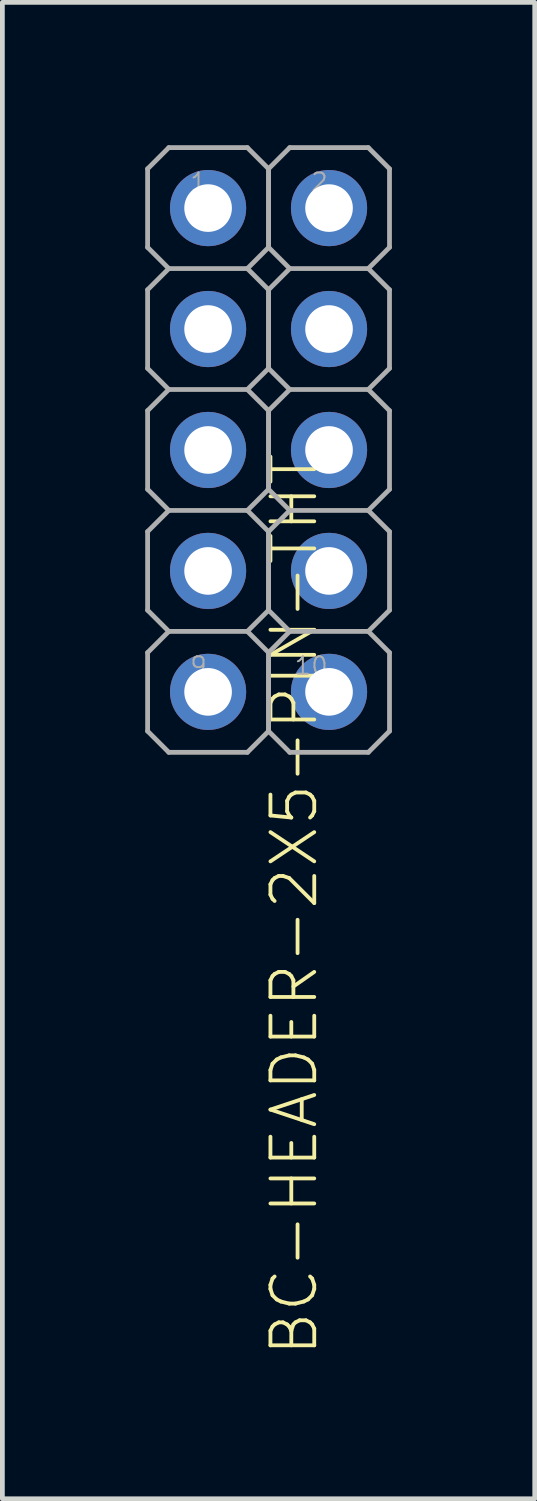
<source format=kicad_pcb>
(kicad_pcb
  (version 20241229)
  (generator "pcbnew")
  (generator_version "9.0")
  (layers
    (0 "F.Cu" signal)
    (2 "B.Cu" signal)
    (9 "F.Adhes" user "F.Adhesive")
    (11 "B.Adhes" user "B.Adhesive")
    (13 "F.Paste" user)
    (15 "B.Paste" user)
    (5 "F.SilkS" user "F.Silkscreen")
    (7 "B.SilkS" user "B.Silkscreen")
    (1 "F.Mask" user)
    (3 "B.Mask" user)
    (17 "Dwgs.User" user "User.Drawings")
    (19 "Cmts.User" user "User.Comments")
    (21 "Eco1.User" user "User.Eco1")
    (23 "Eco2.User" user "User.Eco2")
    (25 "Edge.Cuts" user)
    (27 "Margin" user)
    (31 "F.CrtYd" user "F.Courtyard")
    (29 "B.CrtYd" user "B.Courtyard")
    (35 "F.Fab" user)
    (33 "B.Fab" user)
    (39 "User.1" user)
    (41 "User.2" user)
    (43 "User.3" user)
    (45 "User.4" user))
  (footprint "BC-HEADER-2X5-PIN-THT"
    (layer "F.Cu")
    (at 2.59 6.4)
    (property "Reference" "BC-HEADER-2X5-PIN-THT" (at 0 0 90) (unlocked yes) (layer "F.SilkS") (effects (font (size 0.92 0.92) (thickness 0.08)) (justify right top)))
    (fp_line (start -2.54 -5.905) (end -2.54 -4.255) (stroke (width 0.1) (type solid)) (layer "F.Fab"))
    (fp_line (start -2.54 -4.255) (end -2.095 -3.81) (stroke (width 0.1) (type solid)) (layer "F.Fab"))
    (fp_line (start -2.54 -3.365) (end -2.54 -1.714) (stroke (width 0.1) (type solid)) (layer "F.Fab"))
    (fp_line (start -2.54 -1.714) (end -2.095 -1.27) (stroke (width 0.1) (type solid)) (layer "F.Fab"))
    (fp_line (start -2.54 -0.826) (end -2.54 0.826) (stroke (width 0.1) (type solid)) (layer "F.Fab"))
    (fp_line (start -2.54 0.826) (end -2.095 1.27) (stroke (width 0.1) (type solid)) (layer "F.Fab"))
    (fp_line (start -2.54 1.714) (end -2.54 3.365) (stroke (width 0.1) (type solid)) (layer "F.Fab"))
    (fp_line (start -2.54 3.365) (end -2.095 3.81) (stroke (width 0.1) (type solid)) (layer "F.Fab"))
    (fp_line (start -2.54 4.255) (end -2.54 5.905) (stroke (width 0.1) (type solid)) (layer "F.Fab"))
    (fp_line (start -2.54 5.905) (end -2.095 6.35) (stroke (width 0.1) (type solid)) (layer "F.Fab"))
    (fp_line (start -2.095 -6.35) (end -2.54 -5.905) (stroke (width 0.1) (type solid)) (layer "F.Fab"))
    (fp_line (start -2.095 -6.35) (end -0.445 -6.35) (stroke (width 0.1) (type solid)) (layer "F.Fab"))
    (fp_line (start -2.095 -3.81) (end -2.54 -3.365) (stroke (width 0.1) (type solid)) (layer "F.Fab"))
    (fp_line (start -2.095 -3.81) (end -0.445 -3.81) (stroke (width 0.1) (type solid)) (layer "F.Fab"))
    (fp_line (start -2.095 -1.27) (end -2.54 -0.826) (stroke (width 0.1) (type solid)) (layer "F.Fab"))
    (fp_line (start -2.095 -1.27) (end -0.445 -1.27) (stroke (width 0.1) (type solid)) (layer "F.Fab"))
    (fp_line (start -2.095 1.27) (end -2.54 1.714) (stroke (width 0.1) (type solid)) (layer "F.Fab"))
    (fp_line (start -2.095 1.27) (end -0.445 1.27) (stroke (width 0.1) (type solid)) (layer "F.Fab"))
    (fp_line (start -2.095 3.81) (end -2.54 4.255) (stroke (width 0.1) (type solid)) (layer "F.Fab"))
    (fp_line (start -2.095 3.81) (end -0.445 3.81) (stroke (width 0.1) (type solid)) (layer "F.Fab"))
    (fp_line (start -2.095 6.35) (end -0.445 6.35) (stroke (width 0.1) (type solid)) (layer "F.Fab"))
    (fp_line (start -1.58 -5.39) (end -1.58 -4.77) (stroke (width 0.1) (type solid)) (layer "F.Fab"))
    (fp_line (start -1.58 -4.77) (end -0.96 -4.77) (stroke (width 0.1) (type solid)) (layer "F.Fab"))
    (fp_line (start -1.58 -2.85) (end -1.58 -2.23) (stroke (width 0.1) (type solid)) (layer "F.Fab"))
    (fp_line (start -1.58 -2.23) (end -0.96 -2.23) (stroke (width 0.1) (type solid)) (layer "F.Fab"))
    (fp_line (start -1.58 -0.31) (end -1.58 0.31) (stroke (width 0.1) (type solid)) (layer "F.Fab"))
    (fp_line (start -1.58 0.31) (end -0.96 0.31) (stroke (width 0.1) (type solid)) (layer "F.Fab"))
    (fp_line (start -1.58 2.23) (end -1.58 2.85) (stroke (width 0.1) (type solid)) (layer "F.Fab"))
    (fp_line (start -1.58 2.85) (end -0.96 2.85) (stroke (width 0.1) (type solid)) (layer "F.Fab"))
    (fp_line (start -1.58 4.77) (end -1.58 5.39) (stroke (width 0.1) (type solid)) (layer "F.Fab"))
    (fp_line (start -1.58 5.39) (end -0.96 5.39) (stroke (width 0.1) (type solid)) (layer "F.Fab"))
    (fp_line (start -0.96 -5.39) (end -1.58 -5.39) (stroke (width 0.1) (type solid)) (layer "F.Fab"))
    (fp_line (start -0.96 -4.77) (end -0.96 -5.39) (stroke (width 0.1) (type solid)) (layer "F.Fab"))
    (fp_line (start -0.96 -2.85) (end -1.58 -2.85) (stroke (width 0.1) (type solid)) (layer "F.Fab"))
    (fp_line (start -0.96 -2.23) (end -0.96 -2.85) (stroke (width 0.1) (type solid)) (layer "F.Fab"))
    (fp_line (start -0.96 -0.31) (end -1.58 -0.31) (stroke (width 0.1) (type solid)) (layer "F.Fab"))
    (fp_line (start -0.96 0.31) (end -0.96 -0.31) (stroke (width 0.1) (type solid)) (layer "F.Fab"))
    (fp_line (start -0.96 2.23) (end -1.58 2.23) (stroke (width 0.1) (type solid)) (layer "F.Fab"))
    (fp_line (start -0.96 2.85) (end -0.96 2.23) (stroke (width 0.1) (type solid)) (layer "F.Fab"))
    (fp_line (start -0.96 4.77) (end -1.58 4.77) (stroke (width 0.1) (type solid)) (layer "F.Fab"))
    (fp_line (start -0.96 5.39) (end -0.96 4.77) (stroke (width 0.1) (type solid)) (layer "F.Fab"))
    (fp_line (start -0.445 -3.81) (end 0 -4.255) (stroke (width 0.1) (type solid)) (layer "F.Fab"))
    (fp_line (start -0.445 -1.27) (end 0 -1.714) (stroke (width 0.1) (type solid)) (layer "F.Fab"))
    (fp_line (start -0.445 1.27) (end 0 0.826) (stroke (width 0.1) (type solid)) (layer "F.Fab"))
    (fp_line (start -0.445 3.81) (end 0 3.365) (stroke (width 0.1) (type solid)) (layer "F.Fab"))
    (fp_line (start -0.445 6.35) (end 0 5.905) (stroke (width 0.1) (type solid)) (layer "F.Fab"))
    (fp_line (start 0 -5.905) (end -0.445 -6.35) (stroke (width 0.1) (type solid)) (layer "F.Fab"))
    (fp_line (start 0 -5.905) (end 0 -4.255) (stroke (width 0.1) (type solid)) (layer "F.Fab"))
    (fp_line (start 0 -4.255) (end 0 -5.905) (stroke (width 0.1) (type solid)) (layer "F.Fab"))
    (fp_line (start 0 -4.255) (end 0.445 -3.81) (stroke (width 0.1) (type solid)) (layer "F.Fab"))
    (fp_line (start 0 -3.365) (end -0.445 -3.81) (stroke (width 0.1) (type solid)) (layer "F.Fab"))
    (fp_line (start 0 -3.365) (end 0 -1.714) (stroke (width 0.1) (type solid)) (layer "F.Fab"))
    (fp_line (start 0 -1.714) (end 0 -3.365) (stroke (width 0.1) (type solid)) (layer "F.Fab"))
    (fp_line (start 0 -1.714) (end 0.445 -1.27) (stroke (width 0.1) (type solid)) (layer "F.Fab"))
    (fp_line (start 0 -0.826) (end -0.445 -1.27) (stroke (width 0.1) (type solid)) (layer "F.Fab"))
    (fp_line (start 0 -0.826) (end 0 0.826) (stroke (width 0.1) (type solid)) (layer "F.Fab"))
    (fp_line (start 0 0.826) (end 0 -0.826) (stroke (width 0.1) (type solid)) (layer "F.Fab"))
    (fp_line (start 0 0.826) (end 0.445 1.27) (stroke (width 0.1) (type solid)) (layer "F.Fab"))
    (fp_line (start 0 1.714) (end -0.445 1.27) (stroke (width 0.1) (type solid)) (layer "F.Fab"))
    (fp_line (start 0 1.714) (end 0 3.365) (stroke (width 0.1) (type solid)) (layer "F.Fab"))
    (fp_line (start 0 3.365) (end 0 1.714) (stroke (width 0.1) (type solid)) (layer "F.Fab"))
    (fp_line (start 0 3.365) (end 0.445 3.81) (stroke (width 0.1) (type solid)) (layer "F.Fab"))
    (fp_line (start 0 4.255) (end -0.445 3.81) (stroke (width 0.1) (type solid)) (layer "F.Fab"))
    (fp_line (start 0 4.255) (end 0 5.905) (stroke (width 0.1) (type solid)) (layer "F.Fab"))
    (fp_line (start 0 5.905) (end 0 4.255) (stroke (width 0.1) (type solid)) (layer "F.Fab"))
    (fp_line (start 0 5.905) (end 0.445 6.35) (stroke (width 0.1) (type solid)) (layer "F.Fab"))
    (fp_line (start 0.445 -6.35) (end 0 -5.905) (stroke (width 0.1) (type solid)) (layer "F.Fab"))
    (fp_line (start 0.445 -6.35) (end 2.095 -6.35) (stroke (width 0.1) (type solid)) (layer "F.Fab"))
    (fp_line (start 0.445 -3.81) (end 0 -3.365) (stroke (width 0.1) (type solid)) (layer "F.Fab"))
    (fp_line (start 0.445 -3.81) (end 2.095 -3.81) (stroke (width 0.1) (type solid)) (layer "F.Fab"))
    (fp_line (start 0.445 -1.27) (end 0 -0.826) (stroke (width 0.1) (type solid)) (layer "F.Fab"))
    (fp_line (start 0.445 -1.27) (end 2.095 -1.27) (stroke (width 0.1) (type solid)) (layer "F.Fab"))
    (fp_line (start 0.445 1.27) (end 0 1.714) (stroke (width 0.1) (type solid)) (layer "F.Fab"))
    (fp_line (start 0.445 1.27) (end 2.095 1.27) (stroke (width 0.1) (type solid)) (layer "F.Fab"))
    (fp_line (start 0.445 3.81) (end 0 4.255) (stroke (width 0.1) (type solid)) (layer "F.Fab"))
    (fp_line (start 0.445 3.81) (end 2.095 3.81) (stroke (width 0.1) (type solid)) (layer "F.Fab"))
    (fp_line (start 0.445 6.35) (end 2.095 6.35) (stroke (width 0.1) (type solid)) (layer "F.Fab"))
    (fp_line (start 0.96 -5.39) (end 0.96 -4.77) (stroke (width 0.1) (type solid)) (layer "F.Fab"))
    (fp_line (start 0.96 -4.77) (end 1.58 -4.77) (stroke (width 0.1) (type solid)) (layer "F.Fab"))
    (fp_line (start 0.96 -2.85) (end 0.96 -2.23) (stroke (width 0.1) (type solid)) (layer "F.Fab"))
    (fp_line (start 0.96 -2.23) (end 1.58 -2.23) (stroke (width 0.1) (type solid)) (layer "F.Fab"))
    (fp_line (start 0.96 -0.31) (end 0.96 0.31) (stroke (width 0.1) (type solid)) (layer "F.Fab"))
    (fp_line (start 0.96 0.31) (end 1.58 0.31) (stroke (width 0.1) (type solid)) (layer "F.Fab"))
    (fp_line (start 0.96 2.23) (end 0.96 2.85) (stroke (width 0.1) (type solid)) (layer "F.Fab"))
    (fp_line (start 0.96 2.85) (end 1.58 2.85) (stroke (width 0.1) (type solid)) (layer "F.Fab"))
    (fp_line (start 0.96 4.77) (end 0.96 5.39) (stroke (width 0.1) (type solid)) (layer "F.Fab"))
    (fp_line (start 0.96 5.39) (end 1.58 5.39) (stroke (width 0.1) (type solid)) (layer "F.Fab"))
    (fp_line (start 1.58 -5.39) (end 0.96 -5.39) (stroke (width 0.1) (type solid)) (layer "F.Fab"))
    (fp_line (start 1.58 -4.77) (end 1.58 -5.39) (stroke (width 0.1) (type solid)) (layer "F.Fab"))
    (fp_line (start 1.58 -2.85) (end 0.96 -2.85) (stroke (width 0.1) (type solid)) (layer "F.Fab"))
    (fp_line (start 1.58 -2.23) (end 1.58 -2.85) (stroke (width 0.1) (type solid)) (layer "F.Fab"))
    (fp_line (start 1.58 -0.31) (end 0.96 -0.31) (stroke (width 0.1) (type solid)) (layer "F.Fab"))
    (fp_line (start 1.58 0.31) (end 1.58 -0.31) (stroke (width 0.1) (type solid)) (layer "F.Fab"))
    (fp_line (start 1.58 2.23) (end 0.96 2.23) (stroke (width 0.1) (type solid)) (layer "F.Fab"))
    (fp_line (start 1.58 2.85) (end 1.58 2.23) (stroke (width 0.1) (type solid)) (layer "F.Fab"))
    (fp_line (start 1.58 4.77) (end 0.96 4.77) (stroke (width 0.1) (type solid)) (layer "F.Fab"))
    (fp_line (start 1.58 5.39) (end 1.58 4.77) (stroke (width 0.1) (type solid)) (layer "F.Fab"))
    (fp_line (start 2.095 -3.81) (end 2.54 -4.255) (stroke (width 0.1) (type solid)) (layer "F.Fab"))
    (fp_line (start 2.095 -1.27) (end 2.54 -1.714) (stroke (width 0.1) (type solid)) (layer "F.Fab"))
    (fp_line (start 2.095 1.27) (end 2.54 0.826) (stroke (width 0.1) (type solid)) (layer "F.Fab"))
    (fp_line (start 2.095 3.81) (end 2.54 3.365) (stroke (width 0.1) (type solid)) (layer "F.Fab"))
    (fp_line (start 2.095 6.35) (end 2.54 5.905) (stroke (width 0.1) (type solid)) (layer "F.Fab"))
    (fp_line (start 2.54 -5.905) (end 2.095 -6.35) (stroke (width 0.1) (type solid)) (layer "F.Fab"))
    (fp_line (start 2.54 -4.255) (end 2.54 -5.905) (stroke (width 0.1) (type solid)) (layer "F.Fab"))
    (fp_line (start 2.54 -3.365) (end 2.095 -3.81) (stroke (width 0.1) (type solid)) (layer "F.Fab"))
    (fp_line (start 2.54 -1.714) (end 2.54 -3.365) (stroke (width 0.1) (type solid)) (layer "F.Fab"))
    (fp_line (start 2.54 -0.826) (end 2.095 -1.27) (stroke (width 0.1) (type solid)) (layer "F.Fab"))
    (fp_line (start 2.54 0.826) (end 2.54 -0.826) (stroke (width 0.1) (type solid)) (layer "F.Fab"))
    (fp_line (start 2.54 1.714) (end 2.095 1.27) (stroke (width 0.1) (type solid)) (layer "F.Fab"))
    (fp_line (start 2.54 3.365) (end 2.54 1.714) (stroke (width 0.1) (type solid)) (layer "F.Fab"))
    (fp_line (start 2.54 4.255) (end 2.095 3.81) (stroke (width 0.1) (type solid)) (layer "F.Fab"))
    (fp_line (start 2.54 5.905) (end 2.54 4.255) (stroke (width 0.1) (type solid)) (layer "F.Fab"))
    (fp_text user "1" (at -1.27 -5.842 0) (layer "F.Fab") (effects (font (size 0.366 0.366) (thickness 0.041)) (justify right top)))
    (fp_text user "9" (at -1.27 4.318 0) (layer "F.Fab") (effects (font (size 0.366 0.366) (thickness 0.041)) (justify right top)))
    (fp_text user "2" (at 1.27 -5.842 0) (layer "F.Fab") (effects (font (size 0.366 0.366) (thickness 0.041)) (justify right top)))
    (fp_text user "10" (at 1.27 4.318 0) (layer "F.Fab") (effects (font (size 0.366 0.366) (thickness 0.041)) (justify right top)))
    (pad "1" thru_hole circle (at -1.27 -5.08 180) (size 1.6 1.6) (drill 1) (layers "*.Cu" "*.Mask"))
    (pad "2" thru_hole circle (at 1.27 -5.08 180) (size 1.6 1.6) (drill 1) (layers "*.Cu" "*.Mask"))
    (pad "3" thru_hole circle (at -1.27 -2.54 180) (size 1.6 1.6) (drill 1) (layers "*.Cu" "*.Mask"))
    (pad "4" thru_hole circle (at 1.27 -2.54 180) (size 1.6 1.6) (drill 1) (layers "*.Cu" "*.Mask"))
    (pad "5" thru_hole circle (at -1.27 0 180) (size 1.6 1.6) (drill 1) (layers "*.Cu" "*.Mask"))
    (pad "6" thru_hole circle (at 1.27 0 180) (size 1.6 1.6) (drill 1) (layers "*.Cu" "*.Mask"))
    (pad "7" thru_hole circle (at -1.27 2.54 180) (size 1.6 1.6) (drill 1) (layers "*.Cu" "*.Mask"))
    (pad "8" thru_hole circle (at 1.27 2.54 180) (size 1.6 1.6) (drill 1) (layers "*.Cu" "*.Mask"))
    (pad "9" thru_hole circle (at -1.27 5.08 180) (size 1.6 1.6) (drill 1) (layers "*.Cu" "*.Mask"))
    (pad "10" thru_hole circle (at 1.27 5.08 180) (size 1.6 1.6) (drill 1) (layers "*.Cu" "*.Mask")))
  (gr_rect
    (start -3 -3)
    (end 8.18 28.426)
    (stroke (width 0.1) (type default))
    (fill no)
    (layer "Edge.Cuts")))
</source>
